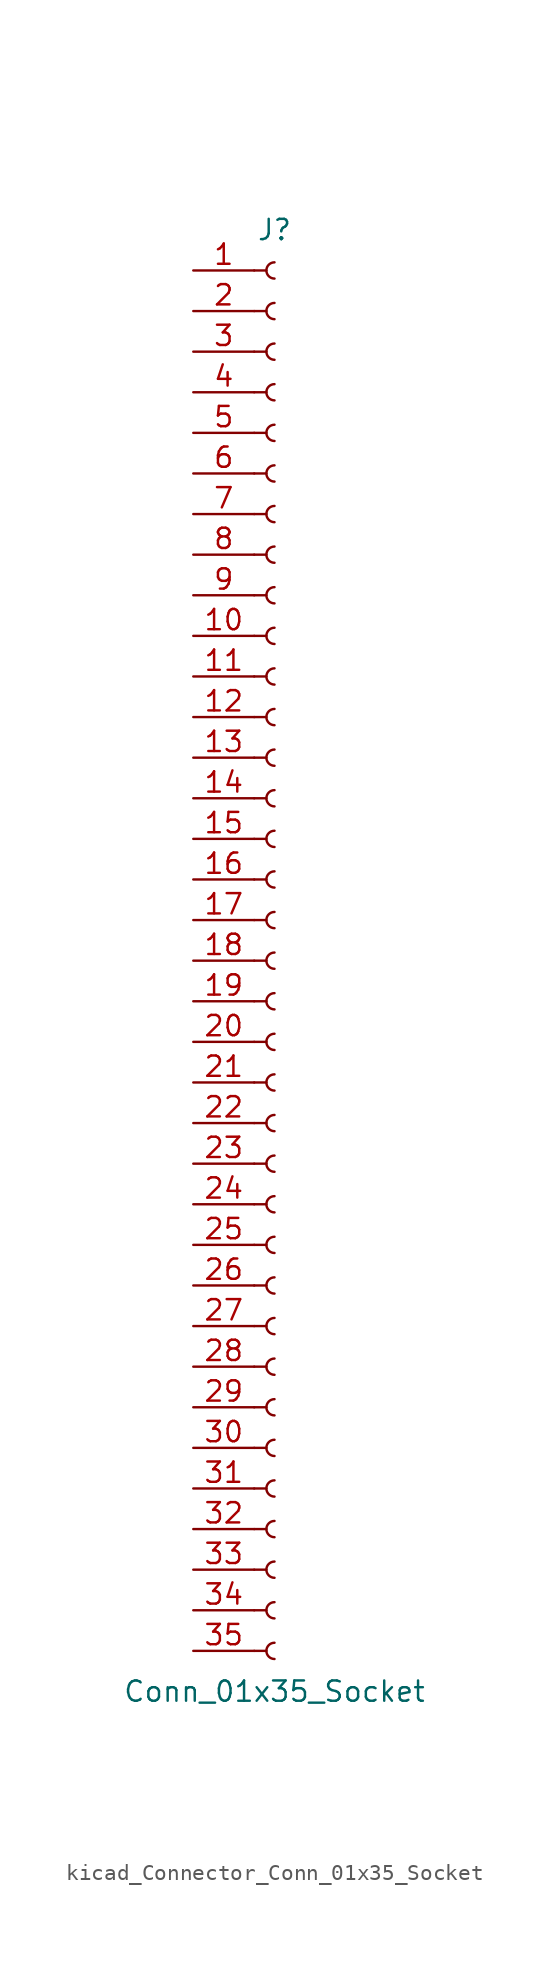
<source format=kicad_sym>
(kicad_symbol_lib
  (version 20220914)
  (generator kicad_symbol_editor)
  (symbol "kicad_Connector_Conn_01x35_Socket"
    (pin_names
      (offset 1.016) hide)
    (property "Reference" "J"
      (at 0 45.72 0)
      (effects (font (size 1.27 1.27))))
    (property "Value" "Conn_01x35_Socket"
      (at 0 -45.72 0)
      (effects (font (size 1.27 1.27))))
    (property "ki_locked" ""
      (at 0 0 0)
      (effects (font (size 1.27 1.27))))
    (symbol "kicad_Connector_Conn_01x35_Socket_1_1"
      (arc (start 0 -42.672) (mid -0.5058 -43.18) (end 0 -43.688) (stroke (width 0.1524) (type default)) (fill (type none)))
      (arc (start 0 -40.132) (mid -0.5058 -40.64) (end 0 -41.148) (stroke (width 0.1524) (type default)) (fill (type none)))
      (arc (start 0 -37.592) (mid -0.5058 -38.1) (end 0 -38.608) (stroke (width 0.1524) (type default)) (fill (type none)))
      (arc (start 0 -35.052) (mid -0.5058 -35.56) (end 0 -36.068) (stroke (width 0.1524) (type default)) (fill (type none)))
      (arc (start 0 -32.512) (mid -0.5058 -33.02) (end 0 -33.528) (stroke (width 0.1524) (type default)) (fill (type none)))
      (arc (start 0 -29.972) (mid -0.5058 -30.48) (end 0 -30.988) (stroke (width 0.1524) (type default)) (fill (type none)))
      (arc (start 0 -27.432) (mid -0.5058 -27.94) (end 0 -28.448) (stroke (width 0.1524) (type default)) (fill (type none)))
      (arc (start 0 -24.892) (mid -0.5058 -25.4) (end 0 -25.908) (stroke (width 0.1524) (type default)) (fill (type none)))
      (arc (start 0 -22.352) (mid -0.5058 -22.86) (end 0 -23.368) (stroke (width 0.1524) (type default)) (fill (type none)))
      (arc (start 0 -19.812) (mid -0.5058 -20.32) (end 0 -20.828) (stroke (width 0.1524) (type default)) (fill (type none)))
      (arc (start 0 -17.272) (mid -0.5058 -17.78) (end 0 -18.288) (stroke (width 0.1524) (type default)) (fill (type none)))
      (arc (start 0 -14.732) (mid -0.5058 -15.24) (end 0 -15.748) (stroke (width 0.1524) (type default)) (fill (type none)))
      (arc (start 0 -12.192) (mid -0.5058 -12.7) (end 0 -13.208) (stroke (width 0.1524) (type default)) (fill (type none)))
      (arc (start 0 -9.652) (mid -0.5058 -10.16) (end 0 -10.668) (stroke (width 0.1524) (type default)) (fill (type none)))
      (arc (start 0 -7.112) (mid -0.5058 -7.62) (end 0 -8.128) (stroke (width 0.1524) (type default)) (fill (type none)))
      (arc (start 0 -4.572) (mid -0.5058 -5.08) (end 0 -5.588) (stroke (width 0.1524) (type default)) (fill (type none)))
      (arc (start 0 -2.032) (mid -0.5058 -2.54) (end 0 -3.048) (stroke (width 0.1524) (type default)) (fill (type none)))
      (polyline (pts (xy -1.27 -43.18) (xy -0.508 -43.18)) (stroke (width 0.152) (type default)) (fill (type none)))
      (polyline (pts (xy -1.27 -40.64) (xy -0.508 -40.64)) (stroke (width 0.152) (type default)) (fill (type none)))
      (polyline (pts (xy -1.27 -38.1) (xy -0.508 -38.1)) (stroke (width 0.152) (type default)) (fill (type none)))
      (polyline (pts (xy -1.27 -35.56) (xy -0.508 -35.56)) (stroke (width 0.152) (type default)) (fill (type none)))
      (polyline (pts (xy -1.27 -33.02) (xy -0.508 -33.02)) (stroke (width 0.152) (type default)) (fill (type none)))
      (polyline (pts (xy -1.27 -30.48) (xy -0.508 -30.48)) (stroke (width 0.152) (type default)) (fill (type none)))
      (polyline (pts (xy -1.27 -27.94) (xy -0.508 -27.94)) (stroke (width 0.152) (type default)) (fill (type none)))
      (polyline (pts (xy -1.27 -25.4) (xy -0.508 -25.4)) (stroke (width 0.152) (type default)) (fill (type none)))
      (polyline (pts (xy -1.27 -22.86) (xy -0.508 -22.86)) (stroke (width 0.152) (type default)) (fill (type none)))
      (polyline (pts (xy -1.27 -20.32) (xy -0.508 -20.32)) (stroke (width 0.152) (type default)) (fill (type none)))
      (polyline (pts (xy -1.27 -17.78) (xy -0.508 -17.78)) (stroke (width 0.152) (type default)) (fill (type none)))
      (polyline (pts (xy -1.27 -15.24) (xy -0.508 -15.24)) (stroke (width 0.152) (type default)) (fill (type none)))
      (polyline (pts (xy -1.27 -12.7) (xy -0.508 -12.7)) (stroke (width 0.152) (type default)) (fill (type none)))
      (polyline (pts (xy -1.27 -10.16) (xy -0.508 -10.16)) (stroke (width 0.152) (type default)) (fill (type none)))
      (polyline (pts (xy -1.27 -7.62) (xy -0.508 -7.62)) (stroke (width 0.152) (type default)) (fill (type none)))
      (polyline (pts (xy -1.27 -5.08) (xy -0.508 -5.08)) (stroke (width 0.152) (type default)) (fill (type none)))
      (polyline (pts (xy -1.27 -2.54) (xy -0.508 -2.54)) (stroke (width 0.152) (type default)) (fill (type none)))
      (polyline (pts (xy -1.27 0) (xy -0.508 0)) (stroke (width 0.152) (type default)) (fill (type none)))
      (polyline (pts (xy -1.27 2.54) (xy -0.508 2.54)) (stroke (width 0.152) (type default)) (fill (type none)))
      (polyline (pts (xy -1.27 5.08) (xy -0.508 5.08)) (stroke (width 0.152) (type default)) (fill (type none)))
      (polyline (pts (xy -1.27 7.62) (xy -0.508 7.62)) (stroke (width 0.152) (type default)) (fill (type none)))
      (polyline (pts (xy -1.27 10.16) (xy -0.508 10.16)) (stroke (width 0.152) (type default)) (fill (type none)))
      (polyline (pts (xy -1.27 12.7) (xy -0.508 12.7)) (stroke (width 0.152) (type default)) (fill (type none)))
      (polyline (pts (xy -1.27 15.24) (xy -0.508 15.24)) (stroke (width 0.152) (type default)) (fill (type none)))
      (polyline (pts (xy -1.27 17.78) (xy -0.508 17.78)) (stroke (width 0.152) (type default)) (fill (type none)))
      (polyline (pts (xy -1.27 20.32) (xy -0.508 20.32)) (stroke (width 0.152) (type default)) (fill (type none)))
      (polyline (pts (xy -1.27 22.86) (xy -0.508 22.86)) (stroke (width 0.152) (type default)) (fill (type none)))
      (polyline (pts (xy -1.27 25.4) (xy -0.508 25.4)) (stroke (width 0.152) (type default)) (fill (type none)))
      (polyline (pts (xy -1.27 27.94) (xy -0.508 27.94)) (stroke (width 0.152) (type default)) (fill (type none)))
      (polyline (pts (xy -1.27 30.48) (xy -0.508 30.48)) (stroke (width 0.152) (type default)) (fill (type none)))
      (polyline (pts (xy -1.27 33.02) (xy -0.508 33.02)) (stroke (width 0.152) (type default)) (fill (type none)))
      (polyline (pts (xy -1.27 35.56) (xy -0.508 35.56)) (stroke (width 0.152) (type default)) (fill (type none)))
      (polyline (pts (xy -1.27 38.1) (xy -0.508 38.1)) (stroke (width 0.152) (type default)) (fill (type none)))
      (polyline (pts (xy -1.27 40.64) (xy -0.508 40.64)) (stroke (width 0.152) (type default)) (fill (type none)))
      (polyline (pts (xy -1.27 43.18) (xy -0.508 43.18)) (stroke (width 0.152) (type default)) (fill (type none)))
      (arc (start 0 0.508) (mid -0.5058 0) (end 0 -0.508) (stroke (width 0.1524) (type default)) (fill (type none)))
      (arc (start 0 3.048) (mid -0.5058 2.54) (end 0 2.032) (stroke (width 0.1524) (type default)) (fill (type none)))
      (arc (start 0 5.588) (mid -0.5058 5.08) (end 0 4.572) (stroke (width 0.1524) (type default)) (fill (type none)))
      (arc (start 0 8.128) (mid -0.5058 7.62) (end 0 7.112) (stroke (width 0.1524) (type default)) (fill (type none)))
      (arc (start 0 10.668) (mid -0.5058 10.16) (end 0 9.652) (stroke (width 0.1524) (type default)) (fill (type none)))
      (arc (start 0 13.208) (mid -0.5058 12.7) (end 0 12.192) (stroke (width 0.1524) (type default)) (fill (type none)))
      (arc (start 0 15.748) (mid -0.5058 15.24) (end 0 14.732) (stroke (width 0.1524) (type default)) (fill (type none)))
      (arc (start 0 18.288) (mid -0.5058 17.78) (end 0 17.272) (stroke (width 0.1524) (type default)) (fill (type none)))
      (arc (start 0 20.828) (mid -0.5058 20.32) (end 0 19.812) (stroke (width 0.1524) (type default)) (fill (type none)))
      (arc (start 0 23.368) (mid -0.5058 22.86) (end 0 22.352) (stroke (width 0.1524) (type default)) (fill (type none)))
      (arc (start 0 25.908) (mid -0.5058 25.4) (end 0 24.892) (stroke (width 0.1524) (type default)) (fill (type none)))
      (arc (start 0 28.448) (mid -0.5058 27.94) (end 0 27.432) (stroke (width 0.1524) (type default)) (fill (type none)))
      (arc (start 0 30.988) (mid -0.5058 30.48) (end 0 29.972) (stroke (width 0.1524) (type default)) (fill (type none)))
      (arc (start 0 33.528) (mid -0.5058 33.02) (end 0 32.512) (stroke (width 0.1524) (type default)) (fill (type none)))
      (arc (start 0 36.068) (mid -0.5058 35.56) (end 0 35.052) (stroke (width 0.1524) (type default)) (fill (type none)))
      (arc (start 0 38.608) (mid -0.5058 38.1) (end 0 37.592) (stroke (width 0.1524) (type default)) (fill (type none)))
      (arc (start 0 41.148) (mid -0.5058 40.64) (end 0 40.132) (stroke (width 0.1524) (type default)) (fill (type none)))
      (arc (start 0 43.688) (mid -0.5058 43.18) (end 0 42.672) (stroke (width 0.1524) (type default)) (fill (type none)))
      (pin passive line (at -5.08 43.18 0) (length 3.81) (name "Pin_1" (effects (font (size 1.27 1.27)))) (number "1" (effects (font (size 1.27 1.27)))))
      (pin passive line (at -5.08 20.32 0) (length 3.81) (name "Pin_10" (effects (font (size 1.27 1.27)))) (number "10" (effects (font (size 1.27 1.27)))))
      (pin passive line (at -5.08 17.78 0) (length 3.81) (name "Pin_11" (effects (font (size 1.27 1.27)))) (number "11" (effects (font (size 1.27 1.27)))))
      (pin passive line (at -5.08 15.24 0) (length 3.81) (name "Pin_12" (effects (font (size 1.27 1.27)))) (number "12" (effects (font (size 1.27 1.27)))))
      (pin passive line (at -5.08 12.7 0) (length 3.81) (name "Pin_13" (effects (font (size 1.27 1.27)))) (number "13" (effects (font (size 1.27 1.27)))))
      (pin passive line (at -5.08 10.16 0) (length 3.81) (name "Pin_14" (effects (font (size 1.27 1.27)))) (number "14" (effects (font (size 1.27 1.27)))))
      (pin passive line (at -5.08 7.62 0) (length 3.81) (name "Pin_15" (effects (font (size 1.27 1.27)))) (number "15" (effects (font (size 1.27 1.27)))))
      (pin passive line (at -5.08 5.08 0) (length 3.81) (name "Pin_16" (effects (font (size 1.27 1.27)))) (number "16" (effects (font (size 1.27 1.27)))))
      (pin passive line (at -5.08 2.54 0) (length 3.81) (name "Pin_17" (effects (font (size 1.27 1.27)))) (number "17" (effects (font (size 1.27 1.27)))))
      (pin passive line (at -5.08 0 0) (length 3.81) (name "Pin_18" (effects (font (size 1.27 1.27)))) (number "18" (effects (font (size 1.27 1.27)))))
      (pin passive line (at -5.08 -2.54 0) (length 3.81) (name "Pin_19" (effects (font (size 1.27 1.27)))) (number "19" (effects (font (size 1.27 1.27)))))
      (pin passive line (at -5.08 40.64 0) (length 3.81) (name "Pin_2" (effects (font (size 1.27 1.27)))) (number "2" (effects (font (size 1.27 1.27)))))
      (pin passive line (at -5.08 -5.08 0) (length 3.81) (name "Pin_20" (effects (font (size 1.27 1.27)))) (number "20" (effects (font (size 1.27 1.27)))))
      (pin passive line (at -5.08 -7.62 0) (length 3.81) (name "Pin_21" (effects (font (size 1.27 1.27)))) (number "21" (effects (font (size 1.27 1.27)))))
      (pin passive line (at -5.08 -10.16 0) (length 3.81) (name "Pin_22" (effects (font (size 1.27 1.27)))) (number "22" (effects (font (size 1.27 1.27)))))
      (pin passive line (at -5.08 -12.7 0) (length 3.81) (name "Pin_23" (effects (font (size 1.27 1.27)))) (number "23" (effects (font (size 1.27 1.27)))))
      (pin passive line (at -5.08 -15.24 0) (length 3.81) (name "Pin_24" (effects (font (size 1.27 1.27)))) (number "24" (effects (font (size 1.27 1.27)))))
      (pin passive line (at -5.08 -17.78 0) (length 3.81) (name "Pin_25" (effects (font (size 1.27 1.27)))) (number "25" (effects (font (size 1.27 1.27)))))
      (pin passive line (at -5.08 -20.32 0) (length 3.81) (name "Pin_26" (effects (font (size 1.27 1.27)))) (number "26" (effects (font (size 1.27 1.27)))))
      (pin passive line (at -5.08 -22.86 0) (length 3.81) (name "Pin_27" (effects (font (size 1.27 1.27)))) (number "27" (effects (font (size 1.27 1.27)))))
      (pin passive line (at -5.08 -25.4 0) (length 3.81) (name "Pin_28" (effects (font (size 1.27 1.27)))) (number "28" (effects (font (size 1.27 1.27)))))
      (pin passive line (at -5.08 -27.94 0) (length 3.81) (name "Pin_29" (effects (font (size 1.27 1.27)))) (number "29" (effects (font (size 1.27 1.27)))))
      (pin passive line (at -5.08 38.1 0) (length 3.81) (name "Pin_3" (effects (font (size 1.27 1.27)))) (number "3" (effects (font (size 1.27 1.27)))))
      (pin passive line (at -5.08 -30.48 0) (length 3.81) (name "Pin_30" (effects (font (size 1.27 1.27)))) (number "30" (effects (font (size 1.27 1.27)))))
      (pin passive line (at -5.08 -33.02 0) (length 3.81) (name "Pin_31" (effects (font (size 1.27 1.27)))) (number "31" (effects (font (size 1.27 1.27)))))
      (pin passive line (at -5.08 -35.56 0) (length 3.81) (name "Pin_32" (effects (font (size 1.27 1.27)))) (number "32" (effects (font (size 1.27 1.27)))))
      (pin passive line (at -5.08 -38.1 0) (length 3.81) (name "Pin_33" (effects (font (size 1.27 1.27)))) (number "33" (effects (font (size 1.27 1.27)))))
      (pin passive line (at -5.08 -40.64 0) (length 3.81) (name "Pin_34" (effects (font (size 1.27 1.27)))) (number "34" (effects (font (size 1.27 1.27)))))
      (pin passive line (at -5.08 -43.18 0) (length 3.81) (name "Pin_35" (effects (font (size 1.27 1.27)))) (number "35" (effects (font (size 1.27 1.27)))))
      (pin passive line (at -5.08 35.56 0) (length 3.81) (name "Pin_4" (effects (font (size 1.27 1.27)))) (number "4" (effects (font (size 1.27 1.27)))))
      (pin passive line (at -5.08 33.02 0) (length 3.81) (name "Pin_5" (effects (font (size 1.27 1.27)))) (number "5" (effects (font (size 1.27 1.27)))))
      (pin passive line (at -5.08 30.48 0) (length 3.81) (name "Pin_6" (effects (font (size 1.27 1.27)))) (number "6" (effects (font (size 1.27 1.27)))))
      (pin passive line (at -5.08 27.94 0) (length 3.81) (name "Pin_7" (effects (font (size 1.27 1.27)))) (number "7" (effects (font (size 1.27 1.27)))))
      (pin passive line (at -5.08 25.4 0) (length 3.81) (name "Pin_8" (effects (font (size 1.27 1.27)))) (number "8" (effects (font (size 1.27 1.27)))))
      (pin passive line (at -5.08 22.86 0) (length 3.81) (name "Pin_9" (effects (font (size 1.27 1.27)))) (number "9" (effects (font (size 1.27 1.27))))))))
</source>
